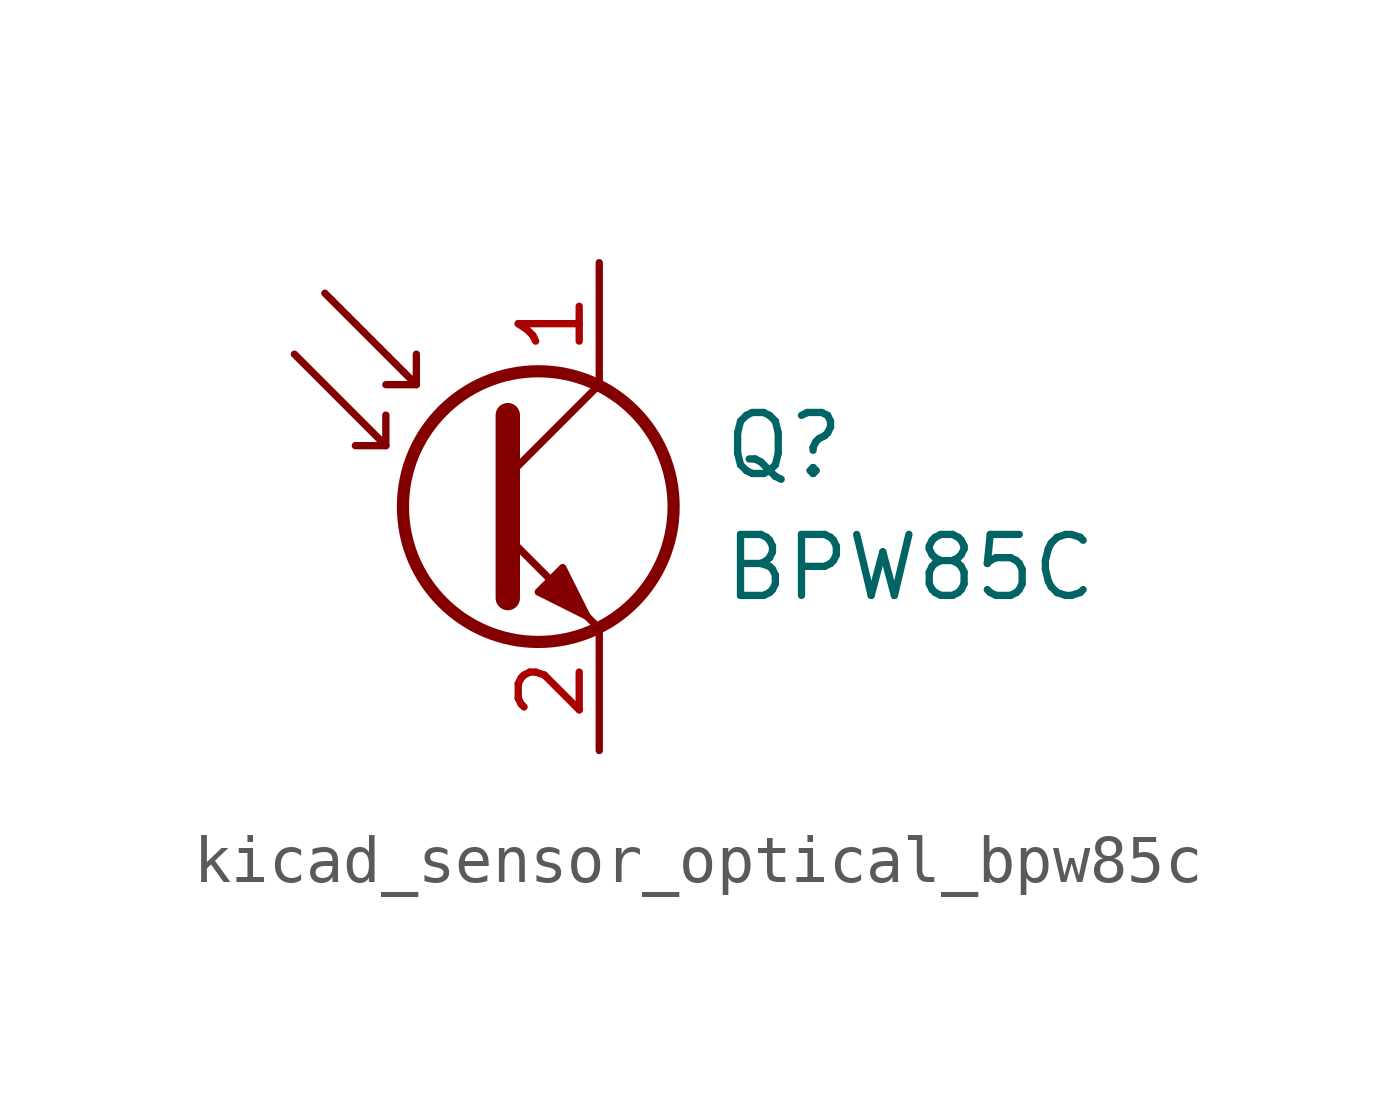
<source format=kicad_sym>
(kicad_symbol_lib
  (version 20220914)
  (generator kicad_symbol_editor)
  (symbol "kicad_sensor_optical_bpw85c"
    (pin_names
      (offset 0) hide)
    (property "Reference" "Q"
      (at 5.08 1.27 0)
      (effects (font (size 1.27 1.27)) (justify left)))
    (property "Value" "BPW85C"
      (at 5.08 -1.27 0)
      (effects (font (size 1.27 1.27)) (justify left)))
    (symbol "kicad_sensor_optical_bpw85c_0_1"
      (polyline (pts (xy -1.905 1.27) (xy -2.54 1.27)) (stroke (width 0) (type default)) (fill (type none)))
      (polyline (pts (xy -1.27 2.54) (xy -1.905 2.54)) (stroke (width 0) (type default)) (fill (type none)))
      (polyline (pts (xy 0.635 0.635) (xy 2.54 2.54)) (stroke (width 0) (type default)) (fill (type none)))
      (polyline (pts (xy -3.81 3.175) (xy -1.905 1.27) (xy -1.905 1.905)) (stroke (width 0) (type default)) (fill (type none)))
      (polyline (pts (xy -3.175 4.445) (xy -1.27 2.54) (xy -1.27 3.175)) (stroke (width 0) (type default)) (fill (type none)))
      (polyline (pts (xy 0.635 -0.635) (xy 2.54 -2.54) (xy 2.54 -2.54)) (stroke (width 0) (type default)) (fill (type none)))
      (polyline (pts (xy 0.635 1.905) (xy 0.635 -1.905) (xy 0.635 -1.905)) (stroke (width 0.508) (type default)) (fill (type none)))
      (polyline (pts (xy 1.27 -1.778) (xy 1.778 -1.27) (xy 2.286 -2.286) (xy 1.27 -1.778) (xy 1.27 -1.778)) (stroke (width 0) (type default)) (fill (type outline)))
      (circle (center 1.27 0) (radius 2.819) (stroke (width 0.254) (type default)) (fill (type none))))
    (symbol "kicad_sensor_optical_bpw85c_1_1"
      (pin passive line (at 2.54 5.08 270) (length 2.54) (name "C" (effects (font (size 1.27 1.27)))) (number "1" (effects (font (size 1.27 1.27)))))
      (pin passive line (at 2.54 -5.08 90) (length 2.54) (name "E" (effects (font (size 1.27 1.27)))) (number "2" (effects (font (size 1.27 1.27))))))))
</source>
